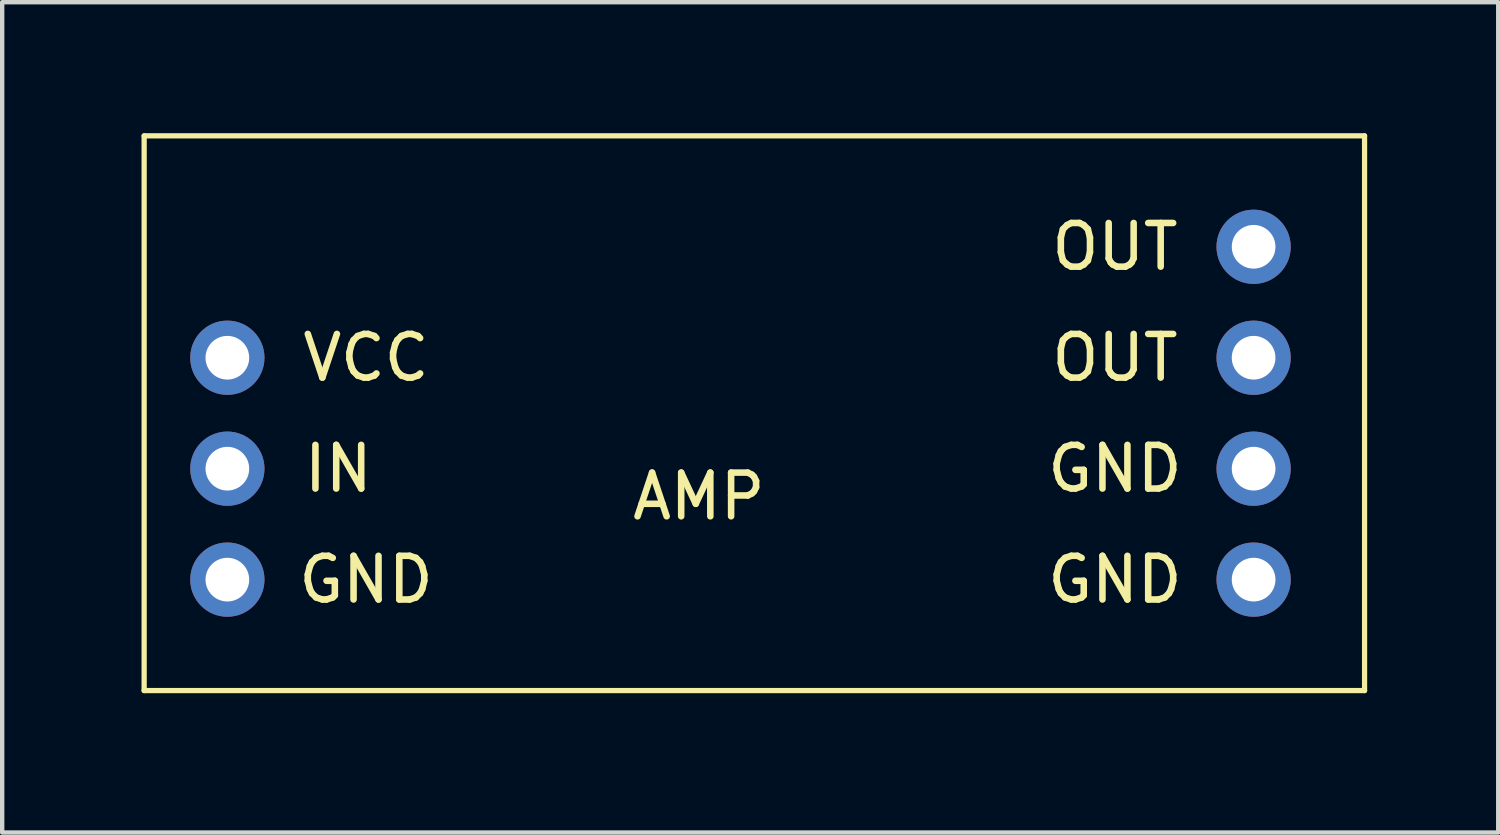
<source format=kicad_pcb>
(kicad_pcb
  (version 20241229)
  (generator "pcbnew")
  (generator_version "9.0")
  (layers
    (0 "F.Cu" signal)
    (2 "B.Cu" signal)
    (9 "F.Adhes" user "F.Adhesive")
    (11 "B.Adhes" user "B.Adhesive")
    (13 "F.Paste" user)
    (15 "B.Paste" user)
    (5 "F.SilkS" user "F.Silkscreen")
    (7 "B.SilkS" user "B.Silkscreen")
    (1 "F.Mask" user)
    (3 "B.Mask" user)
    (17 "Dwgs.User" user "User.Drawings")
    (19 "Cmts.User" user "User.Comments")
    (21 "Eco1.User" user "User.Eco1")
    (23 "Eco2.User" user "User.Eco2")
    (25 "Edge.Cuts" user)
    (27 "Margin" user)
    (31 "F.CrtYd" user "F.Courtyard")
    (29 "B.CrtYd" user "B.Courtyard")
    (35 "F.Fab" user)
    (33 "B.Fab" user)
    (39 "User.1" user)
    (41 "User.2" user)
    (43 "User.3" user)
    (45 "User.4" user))
  (footprint "AMP"
    (layer "F.Cu")
    (at 0.25 12.76)
    (property "Reference" "AMP" (at 12.7 -4.445 0) (layer "F.SilkS") (effects (font (size 1 1) (thickness 0.15))))
    (attr through_hole)
    (fp_line (start 0 -12.7) (end 27.94 -12.7) (stroke (width 0.12) (type solid)) (layer "F.SilkS"))
    (fp_line (start 0 0) (end 0 -12.7) (stroke (width 0.12) (type solid)) (layer "F.SilkS"))
    (fp_line (start 27.94 -12.7) (end 27.94 0) (stroke (width 0.12) (type solid)) (layer "F.SilkS"))
    (fp_line (start 27.94 0) (end 0 0) (stroke (width 0.12) (type solid)) (layer "F.SilkS"))
    (fp_text user "VCC" (at 5.08 -7.62 0) (layer "F.SilkS") (effects (font (size 1 1) (thickness 0.15))))
    (fp_text user "GND" (at 5.08 -2.54 0) (layer "F.SilkS") (effects (font (size 1 1) (thickness 0.15))))
    (fp_text user "IN" (at 4.445 -5.08 0) (layer "F.SilkS") (effects (font (size 1 1) (thickness 0.15))))
    (fp_text user "OUT" (at 22.225 -10.16 0) (layer "F.SilkS") (effects (font (size 1 1) (thickness 0.15))))
    (fp_text user "GND" (at 22.225 -5.08 0) (layer "F.SilkS") (effects (font (size 1 1) (thickness 0.15))))
    (fp_text user "GND" (at 22.225 -2.54 0) (layer "F.SilkS") (effects (font (size 1 1) (thickness 0.15))))
    (fp_text user "OUT" (at 22.225 -7.62 0) (layer "F.SilkS") (effects (font (size 1 1) (thickness 0.15))))
    (pad "1" thru_hole circle (at 1.905 -7.62) (size 1.7 1.7) (drill 1) (layers "*.Cu" "*.Mask"))
    (pad "2" thru_hole circle (at 1.905 -5.08) (size 1.7 1.7) (drill 1) (layers "*.Cu" "*.Mask"))
    (pad "3" thru_hole circle (at 1.905 -2.54) (size 1.7 1.7) (drill 1) (layers "*.Cu" "*.Mask"))
    (pad "4" thru_hole circle (at 25.4 -2.54) (size 1.7 1.7) (drill 1) (layers "*.Cu" "*.Mask"))
    (pad "5" thru_hole circle (at 25.4 -5.08) (size 1.7 1.7) (drill 1) (layers "*.Cu" "*.Mask"))
    (pad "6" thru_hole circle (at 25.4 -7.62) (size 1.7 1.7) (drill 1) (layers "*.Cu" "*.Mask"))
    (pad "7" thru_hole circle (at 25.4 -10.16) (size 1.7 1.7) (drill 1) (layers "*.Cu" "*.Mask")))
  (gr_rect
    (start -3 -3)
    (end 31.25 16.01)
    (stroke (width 0.1) (type default))
    (fill no)
    (layer "Edge.Cuts")))
</source>
